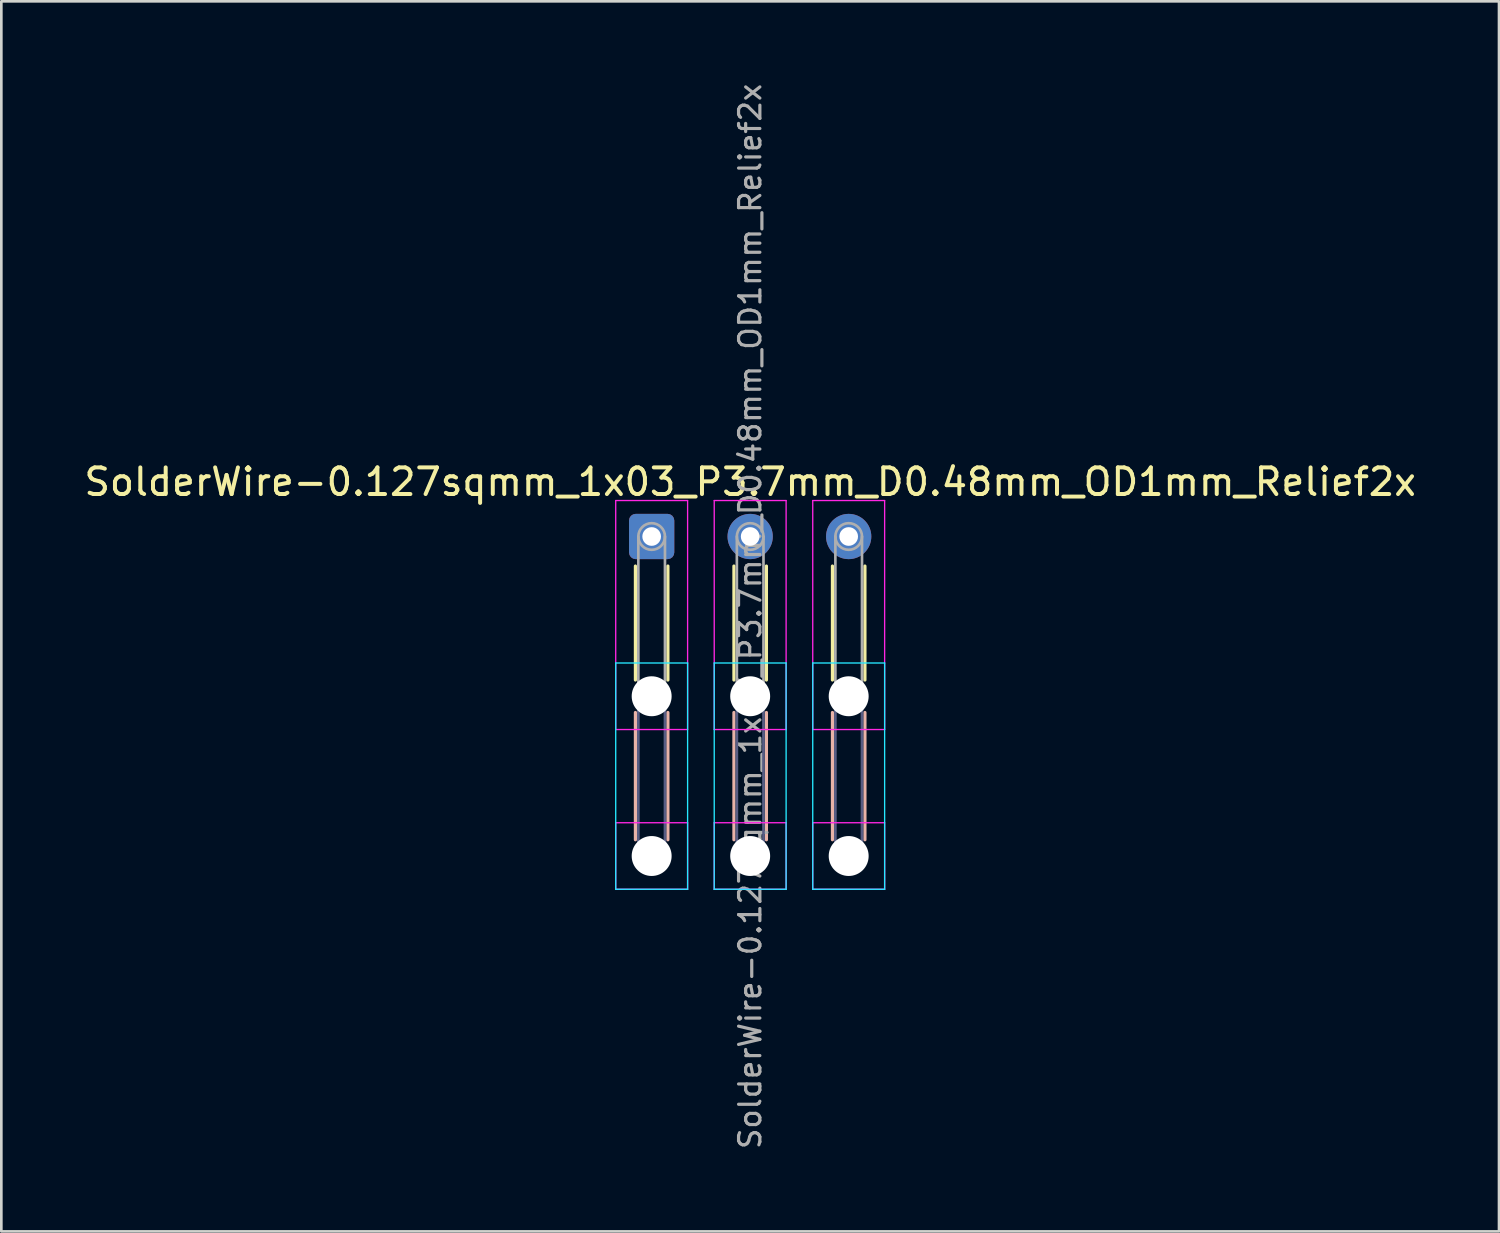
<source format=kicad_pcb>
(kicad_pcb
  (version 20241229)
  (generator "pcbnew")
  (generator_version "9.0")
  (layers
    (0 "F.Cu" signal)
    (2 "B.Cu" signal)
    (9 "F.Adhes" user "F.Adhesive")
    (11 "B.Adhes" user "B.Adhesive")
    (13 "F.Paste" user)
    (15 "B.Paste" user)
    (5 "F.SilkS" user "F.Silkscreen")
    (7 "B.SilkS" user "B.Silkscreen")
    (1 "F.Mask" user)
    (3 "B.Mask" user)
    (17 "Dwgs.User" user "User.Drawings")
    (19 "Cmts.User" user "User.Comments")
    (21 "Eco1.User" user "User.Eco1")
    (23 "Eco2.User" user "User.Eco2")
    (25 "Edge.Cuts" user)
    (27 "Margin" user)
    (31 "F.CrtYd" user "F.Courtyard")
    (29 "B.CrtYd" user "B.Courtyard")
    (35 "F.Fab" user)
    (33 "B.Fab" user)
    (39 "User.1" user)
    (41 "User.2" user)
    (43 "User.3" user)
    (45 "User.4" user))
  (footprint "SolderWire-0.127sqmm_1x03_P3.7mm_D0.48mm_OD1mm_Relief2x"
    (layer "F.Cu")
    (at 21.425 17.1)
    (property "Reference" "SolderWire-0.127sqmm_1x03_P3.7mm_D0.48mm_OD1mm_Relief2x" (at 3.7 -2.05 0) (layer "F.SilkS") (effects (font (size 1 1) (thickness 0.15))))
    (attr exclude_from_pos_files exclude_from_bom)
    (fp_line (start -0.61 1.11) (end -0.61 5.39) (stroke (width 0.12) (type solid)) (layer "F.SilkS"))
    (fp_line (start 0.61 1.11) (end 0.61 5.39) (stroke (width 0.12) (type solid)) (layer "F.SilkS"))
    (fp_line (start 3.09 1.11) (end 3.09 5.39) (stroke (width 0.12) (type solid)) (layer "F.SilkS"))
    (fp_line (start 4.31 1.11) (end 4.31 5.39) (stroke (width 0.12) (type solid)) (layer "F.SilkS"))
    (fp_line (start 6.79 1.11) (end 6.79 5.39) (stroke (width 0.12) (type solid)) (layer "F.SilkS"))
    (fp_line (start 8.01 1.11) (end 8.01 5.39) (stroke (width 0.12) (type solid)) (layer "F.SilkS"))
    (fp_line (start -0.61 6.61) (end -0.61 11.39) (stroke (width 0.12) (type solid)) (layer "B.SilkS"))
    (fp_line (start 0.61 6.61) (end 0.61 11.39) (stroke (width 0.12) (type solid)) (layer "B.SilkS"))
    (fp_line (start 3.09 6.61) (end 3.09 11.39) (stroke (width 0.12) (type solid)) (layer "B.SilkS"))
    (fp_line (start 4.31 6.61) (end 4.31 11.39) (stroke (width 0.12) (type solid)) (layer "B.SilkS"))
    (fp_line (start 6.79 6.61) (end 6.79 11.39) (stroke (width 0.12) (type solid)) (layer "B.SilkS"))
    (fp_line (start 8.01 6.61) (end 8.01 11.39) (stroke (width 0.12) (type solid)) (layer "B.SilkS"))
    (fp_line (start -1.35 4.75) (end -1.35 13.25) (stroke (width 0.05) (type solid)) (layer "B.CrtYd"))
    (fp_line (start -1.35 13.25) (end 1.35 13.25) (stroke (width 0.05) (type solid)) (layer "B.CrtYd"))
    (fp_line (start 1.35 4.75) (end -1.35 4.75) (stroke (width 0.05) (type solid)) (layer "B.CrtYd"))
    (fp_line (start 1.35 13.25) (end 1.35 4.75) (stroke (width 0.05) (type solid)) (layer "B.CrtYd"))
    (fp_line (start 2.35 4.75) (end 2.35 13.25) (stroke (width 0.05) (type solid)) (layer "B.CrtYd"))
    (fp_line (start 2.35 13.25) (end 5.05 13.25) (stroke (width 0.05) (type solid)) (layer "B.CrtYd"))
    (fp_line (start 5.05 4.75) (end 2.35 4.75) (stroke (width 0.05) (type solid)) (layer "B.CrtYd"))
    (fp_line (start 5.05 13.25) (end 5.05 4.75) (stroke (width 0.05) (type solid)) (layer "B.CrtYd"))
    (fp_line (start 6.05 4.75) (end 6.05 13.25) (stroke (width 0.05) (type solid)) (layer "B.CrtYd"))
    (fp_line (start 6.05 13.25) (end 8.75 13.25) (stroke (width 0.05) (type solid)) (layer "B.CrtYd"))
    (fp_line (start 8.75 4.75) (end 6.05 4.75) (stroke (width 0.05) (type solid)) (layer "B.CrtYd"))
    (fp_line (start 8.75 13.25) (end 8.75 4.75) (stroke (width 0.05) (type solid)) (layer "B.CrtYd"))
    (fp_line (start -1.35 -1.35) (end -1.35 7.25) (stroke (width 0.05) (type solid)) (layer "F.CrtYd"))
    (fp_line (start -1.35 7.25) (end 1.35 7.25) (stroke (width 0.05) (type solid)) (layer "F.CrtYd"))
    (fp_line (start -1.35 10.75) (end -1.35 13.25) (stroke (width 0.05) (type solid)) (layer "F.CrtYd"))
    (fp_line (start -1.35 13.25) (end 1.35 13.25) (stroke (width 0.05) (type solid)) (layer "F.CrtYd"))
    (fp_line (start 1.35 -1.35) (end -1.35 -1.35) (stroke (width 0.05) (type solid)) (layer "F.CrtYd"))
    (fp_line (start 1.35 7.25) (end 1.35 -1.35) (stroke (width 0.05) (type solid)) (layer "F.CrtYd"))
    (fp_line (start 1.35 10.75) (end -1.35 10.75) (stroke (width 0.05) (type solid)) (layer "F.CrtYd"))
    (fp_line (start 1.35 13.25) (end 1.35 10.75) (stroke (width 0.05) (type solid)) (layer "F.CrtYd"))
    (fp_line (start 2.35 -1.35) (end 2.35 7.25) (stroke (width 0.05) (type solid)) (layer "F.CrtYd"))
    (fp_line (start 2.35 7.25) (end 5.05 7.25) (stroke (width 0.05) (type solid)) (layer "F.CrtYd"))
    (fp_line (start 2.35 10.75) (end 2.35 13.25) (stroke (width 0.05) (type solid)) (layer "F.CrtYd"))
    (fp_line (start 2.35 13.25) (end 5.05 13.25) (stroke (width 0.05) (type solid)) (layer "F.CrtYd"))
    (fp_line (start 5.05 -1.35) (end 2.35 -1.35) (stroke (width 0.05) (type solid)) (layer "F.CrtYd"))
    (fp_line (start 5.05 7.25) (end 5.05 -1.35) (stroke (width 0.05) (type solid)) (layer "F.CrtYd"))
    (fp_line (start 5.05 10.75) (end 2.35 10.75) (stroke (width 0.05) (type solid)) (layer "F.CrtYd"))
    (fp_line (start 5.05 13.25) (end 5.05 10.75) (stroke (width 0.05) (type solid)) (layer "F.CrtYd"))
    (fp_line (start 6.05 -1.35) (end 6.05 7.25) (stroke (width 0.05) (type solid)) (layer "F.CrtYd"))
    (fp_line (start 6.05 7.25) (end 8.75 7.25) (stroke (width 0.05) (type solid)) (layer "F.CrtYd"))
    (fp_line (start 6.05 10.75) (end 6.05 13.25) (stroke (width 0.05) (type solid)) (layer "F.CrtYd"))
    (fp_line (start 6.05 13.25) (end 8.75 13.25) (stroke (width 0.05) (type solid)) (layer "F.CrtYd"))
    (fp_line (start 8.75 -1.35) (end 6.05 -1.35) (stroke (width 0.05) (type solid)) (layer "F.CrtYd"))
    (fp_line (start 8.75 7.25) (end 8.75 -1.35) (stroke (width 0.05) (type solid)) (layer "F.CrtYd"))
    (fp_line (start 8.75 10.75) (end 6.05 10.75) (stroke (width 0.05) (type solid)) (layer "F.CrtYd"))
    (fp_line (start 8.75 13.25) (end 8.75 10.75) (stroke (width 0.05) (type solid)) (layer "F.CrtYd"))
    (fp_line (start -0.5 6) (end -0.5 12) (stroke (width 0.1) (type solid)) (layer "B.Fab"))
    (fp_line (start 0.5 6) (end 0.5 12) (stroke (width 0.1) (type solid)) (layer "B.Fab"))
    (fp_line (start 3.2 6) (end 3.2 12) (stroke (width 0.1) (type solid)) (layer "B.Fab"))
    (fp_line (start 4.2 6) (end 4.2 12) (stroke (width 0.1) (type solid)) (layer "B.Fab"))
    (fp_line (start 6.9 6) (end 6.9 12) (stroke (width 0.1) (type solid)) (layer "B.Fab"))
    (fp_line (start 7.9 6) (end 7.9 12) (stroke (width 0.1) (type solid)) (layer "B.Fab"))
    (fp_circle (center 0 6) (end 0.5 6) (stroke (width 0.1) (type solid)) (fill no) (layer "B.Fab"))
    (fp_circle (center 0 12) (end 0.5 12) (stroke (width 0.1) (type solid)) (fill no) (layer "B.Fab"))
    (fp_circle (center 3.7 6) (end 4.2 6) (stroke (width 0.1) (type solid)) (fill no) (layer "B.Fab"))
    (fp_circle (center 3.7 12) (end 4.2 12) (stroke (width 0.1) (type solid)) (fill no) (layer "B.Fab"))
    (fp_circle (center 7.4 6) (end 7.9 6) (stroke (width 0.1) (type solid)) (fill no) (layer "B.Fab"))
    (fp_circle (center 7.4 12) (end 7.9 12) (stroke (width 0.1) (type solid)) (fill no) (layer "B.Fab"))
    (fp_line (start -0.5 0) (end -0.5 6) (stroke (width 0.1) (type solid)) (layer "F.Fab"))
    (fp_line (start 0.5 0) (end 0.5 6) (stroke (width 0.1) (type solid)) (layer "F.Fab"))
    (fp_line (start 3.2 0) (end 3.2 6) (stroke (width 0.1) (type solid)) (layer "F.Fab"))
    (fp_line (start 4.2 0) (end 4.2 6) (stroke (width 0.1) (type solid)) (layer "F.Fab"))
    (fp_line (start 6.9 0) (end 6.9 6) (stroke (width 0.1) (type solid)) (layer "F.Fab"))
    (fp_line (start 7.9 0) (end 7.9 6) (stroke (width 0.1) (type solid)) (layer "F.Fab"))
    (fp_circle (center 0 0) (end 0.5 0) (stroke (width 0.1) (type solid)) (fill no) (layer "F.Fab"))
    (fp_circle (center 0 6) (end 0.5 6) (stroke (width 0.1) (type solid)) (fill no) (layer "F.Fab"))
    (fp_circle (center 0 12) (end 0.5 12) (stroke (width 0.1) (type solid)) (fill no) (layer "F.Fab"))
    (fp_circle (center 3.7 0) (end 4.2 0) (stroke (width 0.1) (type solid)) (fill no) (layer "F.Fab"))
    (fp_circle (center 3.7 6) (end 4.2 6) (stroke (width 0.1) (type solid)) (fill no) (layer "F.Fab"))
    (fp_circle (center 3.7 12) (end 4.2 12) (stroke (width 0.1) (type solid)) (fill no) (layer "F.Fab"))
    (fp_circle (center 7.4 0) (end 7.9 0) (stroke (width 0.1) (type solid)) (fill no) (layer "F.Fab"))
    (fp_circle (center 7.4 6) (end 7.9 6) (stroke (width 0.1) (type solid)) (fill no) (layer "F.Fab"))
    (fp_circle (center 7.4 12) (end 7.9 12) (stroke (width 0.1) (type solid)) (fill no) (layer "F.Fab"))
    (fp_text user "${REFERENCE}" (at 3.7 3 90) (layer "F.Fab") (effects (font (size 0.8 0.8) (thickness 0.12))))
    (pad "" np_thru_hole circle (at 0 6) (size 1.5 1.5) (drill 1.5) (layers "*.Cu" "*.Mask"))
    (pad "" np_thru_hole circle (at 0 12) (size 1.5 1.5) (drill 1.5) (layers "*.Cu" "*.Mask"))
    (pad "" np_thru_hole circle (at 3.7 6) (size 1.5 1.5) (drill 1.5) (layers "*.Cu" "*.Mask"))
    (pad "" np_thru_hole circle (at 3.7 12) (size 1.5 1.5) (drill 1.5) (layers "*.Cu" "*.Mask"))
    (pad "" np_thru_hole circle (at 7.4 6) (size 1.5 1.5) (drill 1.5) (layers "*.Cu" "*.Mask"))
    (pad "" np_thru_hole circle (at 7.4 12) (size 1.5 1.5) (drill 1.5) (layers "*.Cu" "*.Mask"))
    (pad "1" thru_hole roundrect (at 0 0) (size 1.7 1.7) (drill 0.7) (layers "*.Cu" "*.Mask") (roundrect_rratio 0.147))
    (pad "2" thru_hole circle (at 3.7 0) (size 1.7 1.7) (drill 0.7) (layers "*.Cu" "*.Mask"))
    (pad "3" thru_hole circle (at 7.4 0) (size 1.7 1.7) (drill 0.7) (layers "*.Cu" "*.Mask")))
  (gr_rect
    (start -3 -3)
    (end 53.25 43.2)
    (stroke (width 0.1) (type default))
    (fill no)
    (layer "Edge.Cuts")))
</source>
